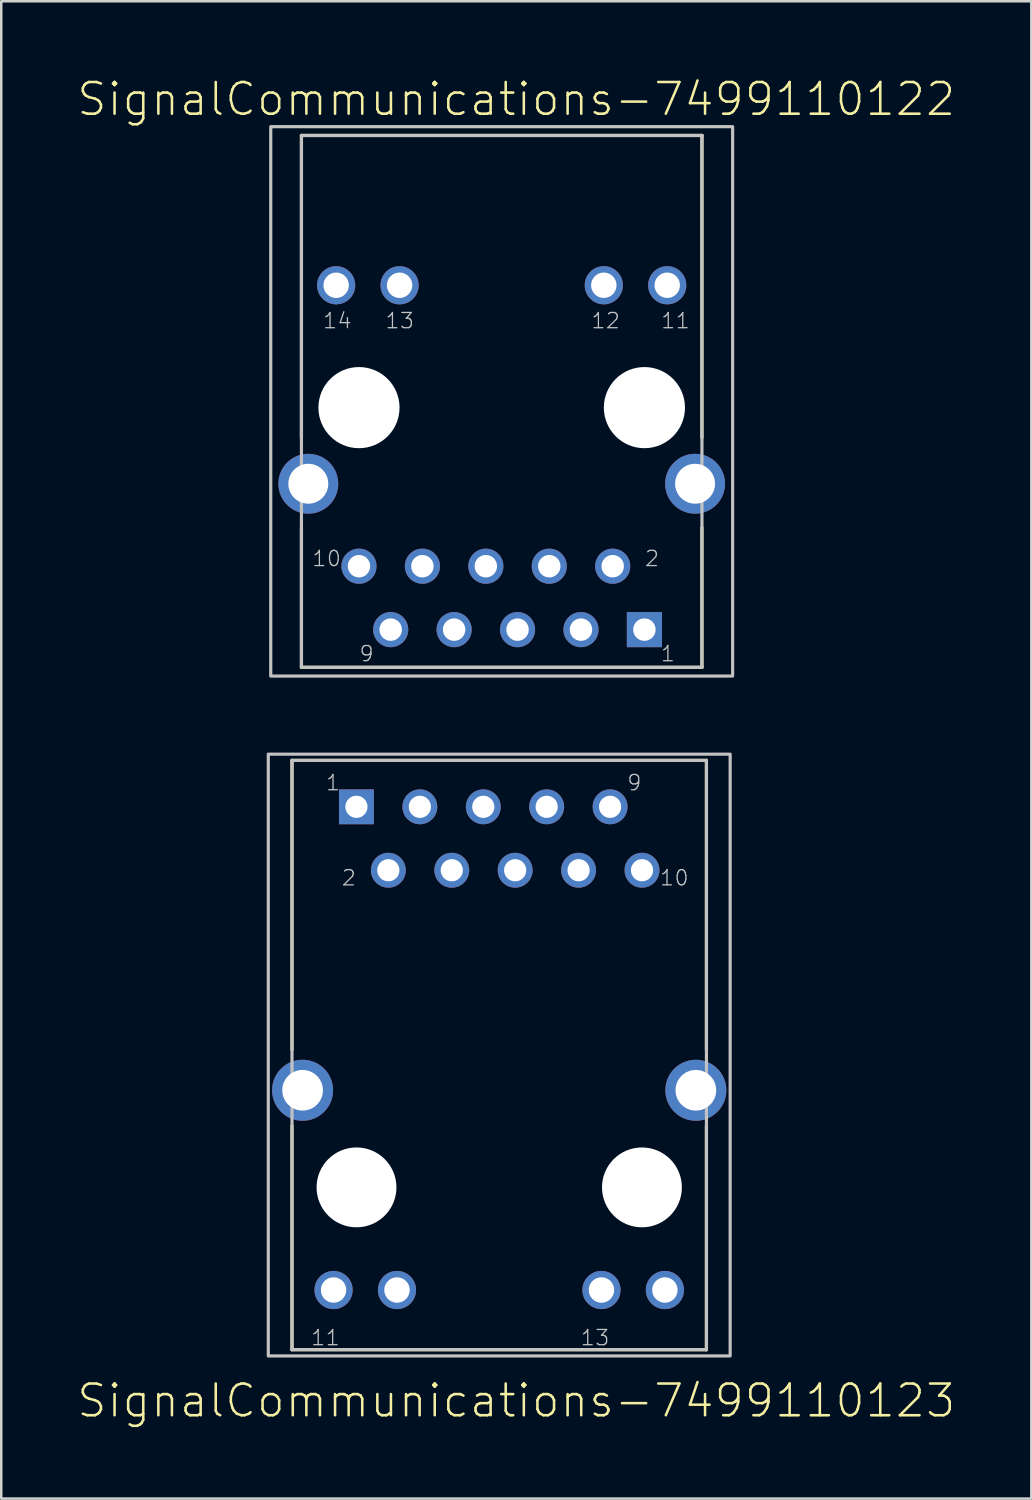
<source format=kicad_pcb>
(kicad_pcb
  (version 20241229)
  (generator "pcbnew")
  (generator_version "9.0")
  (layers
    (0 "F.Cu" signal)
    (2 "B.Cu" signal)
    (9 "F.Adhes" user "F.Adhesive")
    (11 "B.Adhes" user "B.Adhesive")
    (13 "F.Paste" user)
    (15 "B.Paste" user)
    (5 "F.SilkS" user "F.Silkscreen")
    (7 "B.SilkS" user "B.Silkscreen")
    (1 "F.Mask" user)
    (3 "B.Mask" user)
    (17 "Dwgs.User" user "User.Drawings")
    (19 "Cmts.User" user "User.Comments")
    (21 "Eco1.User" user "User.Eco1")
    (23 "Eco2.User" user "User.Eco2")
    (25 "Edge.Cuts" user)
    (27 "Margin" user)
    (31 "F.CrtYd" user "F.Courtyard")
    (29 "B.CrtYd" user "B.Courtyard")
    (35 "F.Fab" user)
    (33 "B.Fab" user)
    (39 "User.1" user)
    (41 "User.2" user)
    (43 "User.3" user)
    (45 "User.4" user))
  (footprint "SignalCommunications-7499110122"
    (layer "F.Cu")
    (at 17.04 13.273)
    (property "Reference" "SignalCommunications-7499110122" (at 0.584 -12.352 0) (layer "F.SilkS") (effects (font (size 1.27 1.27) (thickness 0.102))))
    (attr exclude_from_pos_files exclude_from_bom)
    (fp_line (start -8.019 1.199) (end -8.019 -10.899) (stroke (width 0.127) (type solid)) (layer "F.SilkS"))
    (fp_line (start -8.019 4.798) (end -8.019 10.399) (stroke (width 0.127) (type solid)) (layer "F.SilkS"))
    (fp_line (start -8.019 10.399) (end 8.019 10.399) (stroke (width 0.127) (type solid)) (layer "F.SilkS"))
    (fp_line (start 8.019 -10.899) (end -8.019 -10.899) (stroke (width 0.127) (type solid)) (layer "F.SilkS"))
    (fp_line (start 8.019 -10.899) (end 8.019 1.199) (stroke (width 0.127) (type solid)) (layer "F.SilkS"))
    (fp_line (start 8.019 4.798) (end 8.019 10.399) (stroke (width 0.127) (type solid)) (layer "F.SilkS"))
    (fp_line (start -8.019 -10.899) (end -8.019 10.399) (stroke (width 0.127) (type solid)) (layer "Dwgs.User"))
    (fp_line (start -8.019 10.399) (end 8.019 10.399) (stroke (width 0.127) (type solid)) (layer "Dwgs.User"))
    (fp_line (start 8.019 -10.899) (end -8.019 -10.899) (stroke (width 0.127) (type solid)) (layer "Dwgs.User"))
    (fp_line (start 8.019 10.399) (end 8.019 -10.899) (stroke (width 0.127) (type solid)) (layer "Dwgs.User"))
    (fp_poly (pts (xy -9.248 -11.25) (xy 9.248 -11.25) (xy 9.248 10.749) (xy -9.248 10.749) (xy -9.248 -11.25)) (stroke (width 0.127) (type solid)) (fill no) (layer "Dwgs.User"))
    (fp_text user "13" (at -4.084 -3.48 0) (layer "Dwgs.User") (effects (font (size 0.61 0.61) (thickness 0.051))))
    (fp_text user "12" (at 4.163 -3.48 0) (layer "Dwgs.User") (effects (font (size 0.61 0.61) (thickness 0.051))))
    (fp_text user "2" (at 6.02 6.045 0) (layer "Dwgs.User") (effects (font (size 0.61 0.61) (thickness 0.051))))
    (fp_text user "10" (at -7.01 6.045 0) (layer "Dwgs.User") (effects (font (size 0.61 0.61) (thickness 0.051))))
    (fp_text user "14" (at -6.584 -3.48 0) (layer "Dwgs.User") (effects (font (size 0.61 0.61) (thickness 0.051))))
    (fp_text user "11" (at 6.96 -3.48 0) (layer "Dwgs.User") (effects (font (size 0.61 0.61) (thickness 0.051))))
    (fp_text user "1" (at 6.655 9.855 0) (layer "Dwgs.User") (effects (font (size 0.61 0.61) (thickness 0.051))))
    (fp_text user "9" (at -5.41 9.855 0) (layer "Dwgs.User") (effects (font (size 0.61 0.61) (thickness 0.051))))
    (pad "" np_thru_hole circle (at -5.715 0) (size 3.249 3.249) (drill 3.249) (layers "*.Cu" "*.Mask"))
    (pad "" np_thru_hole circle (at 5.715 0) (size 3.249 3.249) (drill 3.249) (layers "*.Cu" "*.Mask"))
    (pad "1" thru_hole rect (at 5.715 8.89) (size 1.407 1.407) (drill 0.899) (layers "*.Cu" "*.Paste" "*.Mask"))
    (pad "2" thru_hole circle (at 4.445 6.35) (size 1.407 1.407) (drill 0.899) (layers "*.Cu" "*.Paste" "*.Mask"))
    (pad "3" thru_hole circle (at 3.175 8.89) (size 1.407 1.407) (drill 0.899) (layers "*.Cu" "*.Paste" "*.Mask"))
    (pad "4" thru_hole circle (at 1.905 6.35) (size 1.407 1.407) (drill 0.899) (layers "*.Cu" "*.Paste" "*.Mask"))
    (pad "5" thru_hole circle (at 0.635 8.89) (size 1.407 1.407) (drill 0.899) (layers "*.Cu" "*.Paste" "*.Mask"))
    (pad "6" thru_hole circle (at -0.635 6.35) (size 1.407 1.407) (drill 0.899) (layers "*.Cu" "*.Paste" "*.Mask"))
    (pad "7" thru_hole circle (at -1.905 8.89) (size 1.407 1.407) (drill 0.899) (layers "*.Cu" "*.Paste" "*.Mask"))
    (pad "8" thru_hole circle (at -3.175 6.35) (size 1.407 1.407) (drill 0.899) (layers "*.Cu" "*.Paste" "*.Mask"))
    (pad "9" thru_hole circle (at -4.445 8.89) (size 1.407 1.407) (drill 0.899) (layers "*.Cu" "*.Paste" "*.Mask"))
    (pad "10" thru_hole circle (at -5.715 6.35) (size 1.407 1.407) (drill 0.899) (layers "*.Cu" "*.Paste" "*.Mask"))
    (pad "11" thru_hole circle (at 6.629 -4.9) (size 1.529 1.529) (drill 1.019) (layers "*.Cu" "*.Paste" "*.Mask"))
    (pad "12" thru_hole circle (at 4.089 -4.9) (size 1.529 1.529) (drill 1.019) (layers "*.Cu" "*.Paste" "*.Mask"))
    (pad "13" thru_hole circle (at -4.089 -4.9) (size 1.529 1.529) (drill 1.019) (layers "*.Cu" "*.Paste" "*.Mask"))
    (pad "14" thru_hole circle (at -6.629 -4.9) (size 1.529 1.529) (drill 1.019) (layers "*.Cu" "*.Paste" "*.Mask"))
    (pad "Z1" thru_hole circle (at -7.744 3.048) (size 2.398 2.398) (drill 1.598) (layers "*.Cu" "*.Paste" "*.Mask"))
    (pad "Z2" thru_hole circle (at 7.744 3.048) (size 2.398 2.398) (drill 1.598) (layers "*.Cu" "*.Paste" "*.Mask")))
  (footprint "SignalCommunications-7499110123"
    (layer "F.Cu")
    (at 16.941 44.498)
    (property "Reference" "SignalCommunications-7499110123" (at 0.683 8.542 180) (layer "F.SilkS") (effects (font (size 1.27 1.27) (thickness 0.102))))
    (attr exclude_from_pos_files exclude_from_bom)
    (fp_line (start -8.298 -5.499) (end -8.298 -17.099) (stroke (width 0.127) (type solid)) (layer "F.SilkS"))
    (fp_line (start -8.298 6.5) (end -8.298 -2.469) (stroke (width 0.127) (type solid)) (layer "F.SilkS"))
    (fp_line (start -8.298 6.5) (end 8.298 6.5) (stroke (width 0.127) (type solid)) (layer "F.SilkS"))
    (fp_line (start 8.298 -17.099) (end -8.298 -17.099) (stroke (width 0.127) (type solid)) (layer "F.SilkS"))
    (fp_line (start 8.298 -5.499) (end 8.298 -17.099) (stroke (width 0.127) (type solid)) (layer "F.SilkS"))
    (fp_line (start 8.298 -2.469) (end 8.298 6.5) (stroke (width 0.127) (type solid)) (layer "F.SilkS"))
    (fp_line (start -8.298 -17.099) (end -8.298 6.5) (stroke (width 0.127) (type solid)) (layer "Dwgs.User"))
    (fp_line (start -8.298 6.5) (end 8.298 6.5) (stroke (width 0.127) (type solid)) (layer "Dwgs.User"))
    (fp_line (start 8.298 -17.099) (end -8.298 -17.099) (stroke (width 0.127) (type solid)) (layer "Dwgs.User"))
    (fp_line (start 8.298 6.5) (end 8.298 -17.099) (stroke (width 0.127) (type solid)) (layer "Dwgs.User"))
    (fp_poly (pts (xy -9.248 -17.348) (xy 9.248 -17.348) (xy 9.248 6.749) (xy -9.248 6.749) (xy -9.248 -17.348)) (stroke (width 0.127) (type solid)) (fill no) (layer "Dwgs.User"))
    (fp_text user "9" (at 5.41 -16.205 180) (layer "Dwgs.User") (effects (font (size 0.61 0.61) (thickness 0.051))))
    (fp_text user "2" (at -6.02 -12.395 180) (layer "Dwgs.User") (effects (font (size 0.61 0.61) (thickness 0.051))))
    (fp_text user "1" (at -6.655 -16.205 180) (layer "Dwgs.User") (effects (font (size 0.61 0.61) (thickness 0.051))))
    (fp_text user "11" (at -6.96 6.02 180) (layer "Dwgs.User") (effects (font (size 0.61 0.61) (thickness 0.051))))
    (fp_text user "13" (at 3.835 6.02 180) (layer "Dwgs.User") (effects (font (size 0.61 0.61) (thickness 0.051))))
    (fp_text user "10" (at 7.01 -12.395 180) (layer "Dwgs.User") (effects (font (size 0.61 0.61) (thickness 0.051))))
    (pad "" np_thru_hole circle (at -5.715 0) (size 3.198 3.198) (drill 3.198) (layers "*.Cu" "*.Mask"))
    (pad "" np_thru_hole circle (at 5.715 0) (size 3.198 3.198) (drill 3.198) (layers "*.Cu" "*.Mask"))
    (pad "1" thru_hole rect (at -5.718 -15.24) (size 1.397 1.397) (drill 0.889) (layers "*.Cu" "*.Paste" "*.Mask"))
    (pad "2" thru_hole circle (at -4.44 -12.7) (size 1.397 1.397) (drill 0.889) (layers "*.Cu" "*.Paste" "*.Mask"))
    (pad "3" thru_hole circle (at -3.178 -15.24) (size 1.397 1.397) (drill 0.889) (layers "*.Cu" "*.Paste" "*.Mask"))
    (pad "4" thru_hole circle (at -1.9 -12.7) (size 1.397 1.397) (drill 0.889) (layers "*.Cu" "*.Paste" "*.Mask"))
    (pad "5" thru_hole circle (at -0.638 -15.24) (size 1.397 1.397) (drill 0.889) (layers "*.Cu" "*.Paste" "*.Mask"))
    (pad "6" thru_hole circle (at 0.638 -12.7) (size 1.397 1.397) (drill 0.889) (layers "*.Cu" "*.Paste" "*.Mask"))
    (pad "7" thru_hole circle (at 1.9 -15.24) (size 1.397 1.397) (drill 0.889) (layers "*.Cu" "*.Paste" "*.Mask"))
    (pad "8" thru_hole circle (at 3.178 -12.7) (size 1.397 1.397) (drill 0.889) (layers "*.Cu" "*.Paste" "*.Mask"))
    (pad "9" thru_hole circle (at 4.44 -15.24) (size 1.397 1.397) (drill 0.889) (layers "*.Cu" "*.Paste" "*.Mask"))
    (pad "10" thru_hole circle (at 5.718 -12.7) (size 1.397 1.397) (drill 0.889) (layers "*.Cu" "*.Paste" "*.Mask"))
    (pad "11" thru_hole circle (at -6.634 4.11) (size 1.529 1.529) (drill 1.019) (layers "*.Cu" "*.Paste" "*.Mask"))
    (pad "12" thru_hole circle (at -4.094 4.11) (size 1.529 1.529) (drill 1.019) (layers "*.Cu" "*.Paste" "*.Mask"))
    (pad "13" thru_hole circle (at 4.094 4.11) (size 1.529 1.529) (drill 1.019) (layers "*.Cu" "*.Paste" "*.Mask"))
    (pad "14" thru_hole circle (at 6.634 4.11) (size 1.529 1.529) (drill 1.019) (layers "*.Cu" "*.Paste" "*.Mask"))
    (pad "Z1" thru_hole circle (at 7.874 -3.889) (size 2.443 2.443) (drill 1.628) (layers "*.Cu" "*.Paste" "*.Mask"))
    (pad "Z2" thru_hole circle (at -7.874 -3.889) (size 2.443 2.443) (drill 1.628) (layers "*.Cu" "*.Paste" "*.Mask")))
  (gr_rect
    (start -3 -3)
    (end 38.248 56.961)
    (stroke (width 0.1) (type default))
    (fill no)
    (layer "Edge.Cuts")))
</source>
